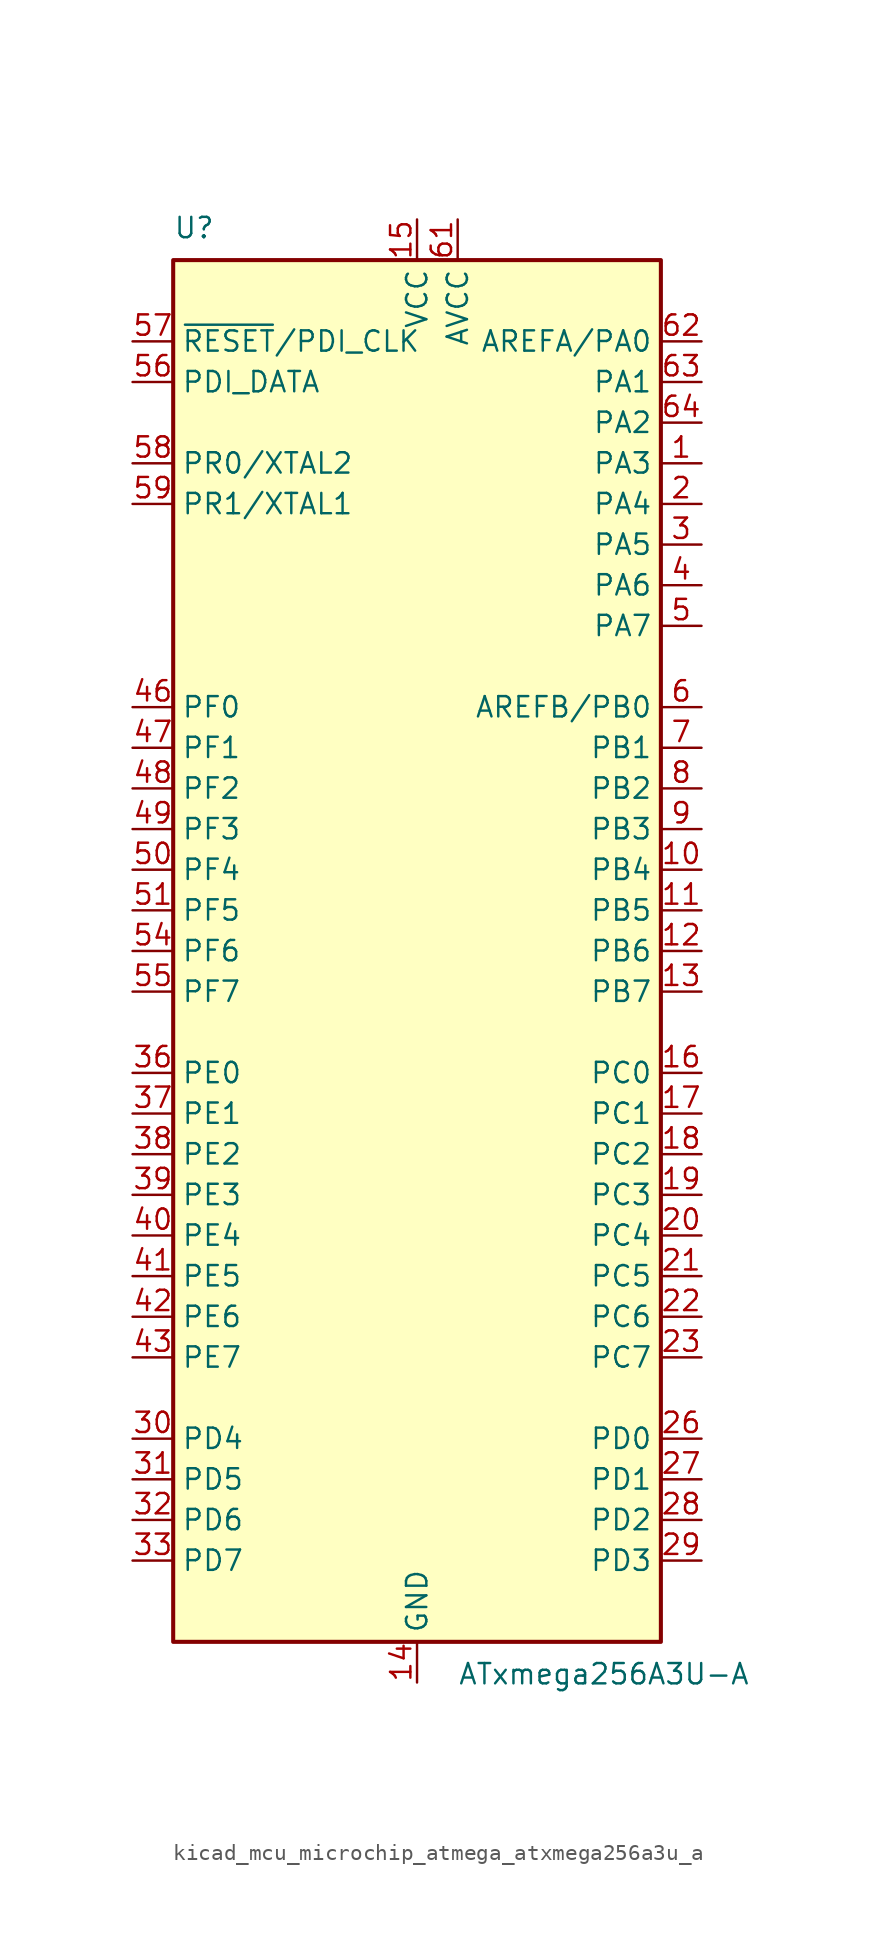
<source format=kicad_sym>
(kicad_symbol_lib
  (version 20220914)
  (generator kicad_symbol_editor)
  (symbol "kicad_mcu_microchip_atmega_atxmega256a3u_a"
    (property "Reference" "U"
      (at -15.24 44.45 0)
      (effects (font (size 1.27 1.27)) (justify left bottom)))
    (property "Value" "ATxmega256A3U-A"
      (at 2.54 -44.45 0)
      (effects (font (size 1.27 1.27)) (justify left top)))
    (symbol "kicad_mcu_microchip_atmega_atxmega256a3u_a_0_1"
      (rectangle (start -15.24 -43.18) (end 15.24 43.18) (stroke (width 0.254) (type default)) (fill (type background))))
    (symbol "kicad_mcu_microchip_atmega_atxmega256a3u_a_1_1"
      (pin bidirectional line (at 17.78 30.48 180) (length 2.54) (name "PA3" (effects (font (size 1.27 1.27)))) (number "1" (effects (font (size 1.27 1.27)))))
      (pin bidirectional line (at 17.78 5.08 180) (length 2.54) (name "PB4" (effects (font (size 1.27 1.27)))) (number "10" (effects (font (size 1.27 1.27)))))
      (pin bidirectional line (at 17.78 2.54 180) (length 2.54) (name "PB5" (effects (font (size 1.27 1.27)))) (number "11" (effects (font (size 1.27 1.27)))))
      (pin bidirectional line (at 17.78 0 180) (length 2.54) (name "PB6" (effects (font (size 1.27 1.27)))) (number "12" (effects (font (size 1.27 1.27)))))
      (pin bidirectional line (at 17.78 -2.54 180) (length 2.54) (name "PB7" (effects (font (size 1.27 1.27)))) (number "13" (effects (font (size 1.27 1.27)))))
      (pin power_in line (at 0 -45.72 90) (length 2.54) (name "GND" (effects (font (size 1.27 1.27)))) (number "14" (effects (font (size 1.27 1.27)))))
      (pin power_in line (at 0 45.72 270) (length 2.54) (name "VCC" (effects (font (size 1.27 1.27)))) (number "15" (effects (font (size 1.27 1.27)))))
      (pin bidirectional line (at 17.78 -7.62 180) (length 2.54) (name "PC0" (effects (font (size 1.27 1.27)))) (number "16" (effects (font (size 1.27 1.27)))))
      (pin bidirectional line (at 17.78 -10.16 180) (length 2.54) (name "PC1" (effects (font (size 1.27 1.27)))) (number "17" (effects (font (size 1.27 1.27)))))
      (pin bidirectional line (at 17.78 -12.7 180) (length 2.54) (name "PC2" (effects (font (size 1.27 1.27)))) (number "18" (effects (font (size 1.27 1.27)))))
      (pin bidirectional line (at 17.78 -15.24 180) (length 2.54) (name "PC3" (effects (font (size 1.27 1.27)))) (number "19" (effects (font (size 1.27 1.27)))))
      (pin bidirectional line (at 17.78 27.94 180) (length 2.54) (name "PA4" (effects (font (size 1.27 1.27)))) (number "2" (effects (font (size 1.27 1.27)))))
      (pin bidirectional line (at 17.78 -17.78 180) (length 2.54) (name "PC4" (effects (font (size 1.27 1.27)))) (number "20" (effects (font (size 1.27 1.27)))))
      (pin bidirectional line (at 17.78 -20.32 180) (length 2.54) (name "PC5" (effects (font (size 1.27 1.27)))) (number "21" (effects (font (size 1.27 1.27)))))
      (pin bidirectional line (at 17.78 -22.86 180) (length 2.54) (name "PC6" (effects (font (size 1.27 1.27)))) (number "22" (effects (font (size 1.27 1.27)))))
      (pin bidirectional line (at 17.78 -25.4 180) (length 2.54) (name "PC7" (effects (font (size 1.27 1.27)))) (number "23" (effects (font (size 1.27 1.27)))))
      (pin passive line (at 0 -45.72 90) (length 2.54) hide (name "GND" (effects (font (size 1.27 1.27)))) (number "24" (effects (font (size 1.27 1.27)))))
      (pin passive line (at 0 45.72 270) (length 2.54) hide (name "VCC" (effects (font (size 1.27 1.27)))) (number "25" (effects (font (size 1.27 1.27)))))
      (pin bidirectional line (at 17.78 -30.48 180) (length 2.54) (name "PD0" (effects (font (size 1.27 1.27)))) (number "26" (effects (font (size 1.27 1.27)))))
      (pin bidirectional line (at 17.78 -33.02 180) (length 2.54) (name "PD1" (effects (font (size 1.27 1.27)))) (number "27" (effects (font (size 1.27 1.27)))))
      (pin bidirectional line (at 17.78 -35.56 180) (length 2.54) (name "PD2" (effects (font (size 1.27 1.27)))) (number "28" (effects (font (size 1.27 1.27)))))
      (pin bidirectional line (at 17.78 -38.1 180) (length 2.54) (name "PD3" (effects (font (size 1.27 1.27)))) (number "29" (effects (font (size 1.27 1.27)))))
      (pin bidirectional line (at 17.78 25.4 180) (length 2.54) (name "PA5" (effects (font (size 1.27 1.27)))) (number "3" (effects (font (size 1.27 1.27)))))
      (pin bidirectional line (at -17.78 -30.48 0) (length 2.54) (name "PD4" (effects (font (size 1.27 1.27)))) (number "30" (effects (font (size 1.27 1.27)))))
      (pin bidirectional line (at -17.78 -33.02 0) (length 2.54) (name "PD5" (effects (font (size 1.27 1.27)))) (number "31" (effects (font (size 1.27 1.27)))))
      (pin bidirectional line (at -17.78 -35.56 0) (length 2.54) (name "PD6" (effects (font (size 1.27 1.27)))) (number "32" (effects (font (size 1.27 1.27)))))
      (pin bidirectional line (at -17.78 -38.1 0) (length 2.54) (name "PD7" (effects (font (size 1.27 1.27)))) (number "33" (effects (font (size 1.27 1.27)))))
      (pin passive line (at 0 -45.72 90) (length 2.54) hide (name "GND" (effects (font (size 1.27 1.27)))) (number "34" (effects (font (size 1.27 1.27)))))
      (pin passive line (at 0 45.72 270) (length 2.54) hide (name "VCC" (effects (font (size 1.27 1.27)))) (number "35" (effects (font (size 1.27 1.27)))))
      (pin bidirectional line (at -17.78 -7.62 0) (length 2.54) (name "PE0" (effects (font (size 1.27 1.27)))) (number "36" (effects (font (size 1.27 1.27)))))
      (pin bidirectional line (at -17.78 -10.16 0) (length 2.54) (name "PE1" (effects (font (size 1.27 1.27)))) (number "37" (effects (font (size 1.27 1.27)))))
      (pin bidirectional line (at -17.78 -12.7 0) (length 2.54) (name "PE2" (effects (font (size 1.27 1.27)))) (number "38" (effects (font (size 1.27 1.27)))))
      (pin bidirectional line (at -17.78 -15.24 0) (length 2.54) (name "PE3" (effects (font (size 1.27 1.27)))) (number "39" (effects (font (size 1.27 1.27)))))
      (pin bidirectional line (at 17.78 22.86 180) (length 2.54) (name "PA6" (effects (font (size 1.27 1.27)))) (number "4" (effects (font (size 1.27 1.27)))))
      (pin bidirectional line (at -17.78 -17.78 0) (length 2.54) (name "PE4" (effects (font (size 1.27 1.27)))) (number "40" (effects (font (size 1.27 1.27)))))
      (pin bidirectional line (at -17.78 -20.32 0) (length 2.54) (name "PE5" (effects (font (size 1.27 1.27)))) (number "41" (effects (font (size 1.27 1.27)))))
      (pin bidirectional line (at -17.78 -22.86 0) (length 2.54) (name "PE6" (effects (font (size 1.27 1.27)))) (number "42" (effects (font (size 1.27 1.27)))))
      (pin bidirectional line (at -17.78 -25.4 0) (length 2.54) (name "PE7" (effects (font (size 1.27 1.27)))) (number "43" (effects (font (size 1.27 1.27)))))
      (pin passive line (at 0 -45.72 90) (length 2.54) hide (name "GND" (effects (font (size 1.27 1.27)))) (number "44" (effects (font (size 1.27 1.27)))))
      (pin passive line (at 0 45.72 270) (length 2.54) hide (name "VCC" (effects (font (size 1.27 1.27)))) (number "45" (effects (font (size 1.27 1.27)))))
      (pin bidirectional line (at -17.78 15.24 0) (length 2.54) (name "PF0" (effects (font (size 1.27 1.27)))) (number "46" (effects (font (size 1.27 1.27)))))
      (pin bidirectional line (at -17.78 12.7 0) (length 2.54) (name "PF1" (effects (font (size 1.27 1.27)))) (number "47" (effects (font (size 1.27 1.27)))))
      (pin bidirectional line (at -17.78 10.16 0) (length 2.54) (name "PF2" (effects (font (size 1.27 1.27)))) (number "48" (effects (font (size 1.27 1.27)))))
      (pin bidirectional line (at -17.78 7.62 0) (length 2.54) (name "PF3" (effects (font (size 1.27 1.27)))) (number "49" (effects (font (size 1.27 1.27)))))
      (pin bidirectional line (at 17.78 20.32 180) (length 2.54) (name "PA7" (effects (font (size 1.27 1.27)))) (number "5" (effects (font (size 1.27 1.27)))))
      (pin bidirectional line (at -17.78 5.08 0) (length 2.54) (name "PF4" (effects (font (size 1.27 1.27)))) (number "50" (effects (font (size 1.27 1.27)))))
      (pin bidirectional line (at -17.78 2.54 0) (length 2.54) (name "PF5" (effects (font (size 1.27 1.27)))) (number "51" (effects (font (size 1.27 1.27)))))
      (pin passive line (at 0 -45.72 90) (length 2.54) hide (name "GND" (effects (font (size 1.27 1.27)))) (number "52" (effects (font (size 1.27 1.27)))))
      (pin passive line (at 0 45.72 270) (length 2.54) hide (name "VCC" (effects (font (size 1.27 1.27)))) (number "53" (effects (font (size 1.27 1.27)))))
      (pin bidirectional line (at -17.78 0 0) (length 2.54) (name "PF6" (effects (font (size 1.27 1.27)))) (number "54" (effects (font (size 1.27 1.27)))))
      (pin bidirectional line (at -17.78 -2.54 0) (length 2.54) (name "PF7" (effects (font (size 1.27 1.27)))) (number "55" (effects (font (size 1.27 1.27)))))
      (pin bidirectional line (at -17.78 35.56 0) (length 2.54) (name "PDI_DATA" (effects (font (size 1.27 1.27)))) (number "56" (effects (font (size 1.27 1.27)))))
      (pin input line (at -17.78 38.1 0) (length 2.54) (name "~{RESET}/PDI_CLK" (effects (font (size 1.27 1.27)))) (number "57" (effects (font (size 1.27 1.27)))))
      (pin bidirectional line (at -17.78 30.48 0) (length 2.54) (name "PR0/XTAL2" (effects (font (size 1.27 1.27)))) (number "58" (effects (font (size 1.27 1.27)))))
      (pin bidirectional line (at -17.78 27.94 0) (length 2.54) (name "PR1/XTAL1" (effects (font (size 1.27 1.27)))) (number "59" (effects (font (size 1.27 1.27)))))
      (pin bidirectional line (at 17.78 15.24 180) (length 2.54) (name "AREFB/PB0" (effects (font (size 1.27 1.27)))) (number "6" (effects (font (size 1.27 1.27)))))
      (pin passive line (at 0 -45.72 90) (length 2.54) hide (name "GND" (effects (font (size 1.27 1.27)))) (number "60" (effects (font (size 1.27 1.27)))))
      (pin power_in line (at 2.54 45.72 270) (length 2.54) (name "AVCC" (effects (font (size 1.27 1.27)))) (number "61" (effects (font (size 1.27 1.27)))))
      (pin bidirectional line (at 17.78 38.1 180) (length 2.54) (name "AREFA/PA0" (effects (font (size 1.27 1.27)))) (number "62" (effects (font (size 1.27 1.27)))))
      (pin bidirectional line (at 17.78 35.56 180) (length 2.54) (name "PA1" (effects (font (size 1.27 1.27)))) (number "63" (effects (font (size 1.27 1.27)))))
      (pin bidirectional line (at 17.78 33.02 180) (length 2.54) (name "PA2" (effects (font (size 1.27 1.27)))) (number "64" (effects (font (size 1.27 1.27)))))
      (pin bidirectional line (at 17.78 12.7 180) (length 2.54) (name "PB1" (effects (font (size 1.27 1.27)))) (number "7" (effects (font (size 1.27 1.27)))))
      (pin bidirectional line (at 17.78 10.16 180) (length 2.54) (name "PB2" (effects (font (size 1.27 1.27)))) (number "8" (effects (font (size 1.27 1.27)))))
      (pin bidirectional line (at 17.78 7.62 180) (length 2.54) (name "PB3" (effects (font (size 1.27 1.27)))) (number "9" (effects (font (size 1.27 1.27))))))))
</source>
